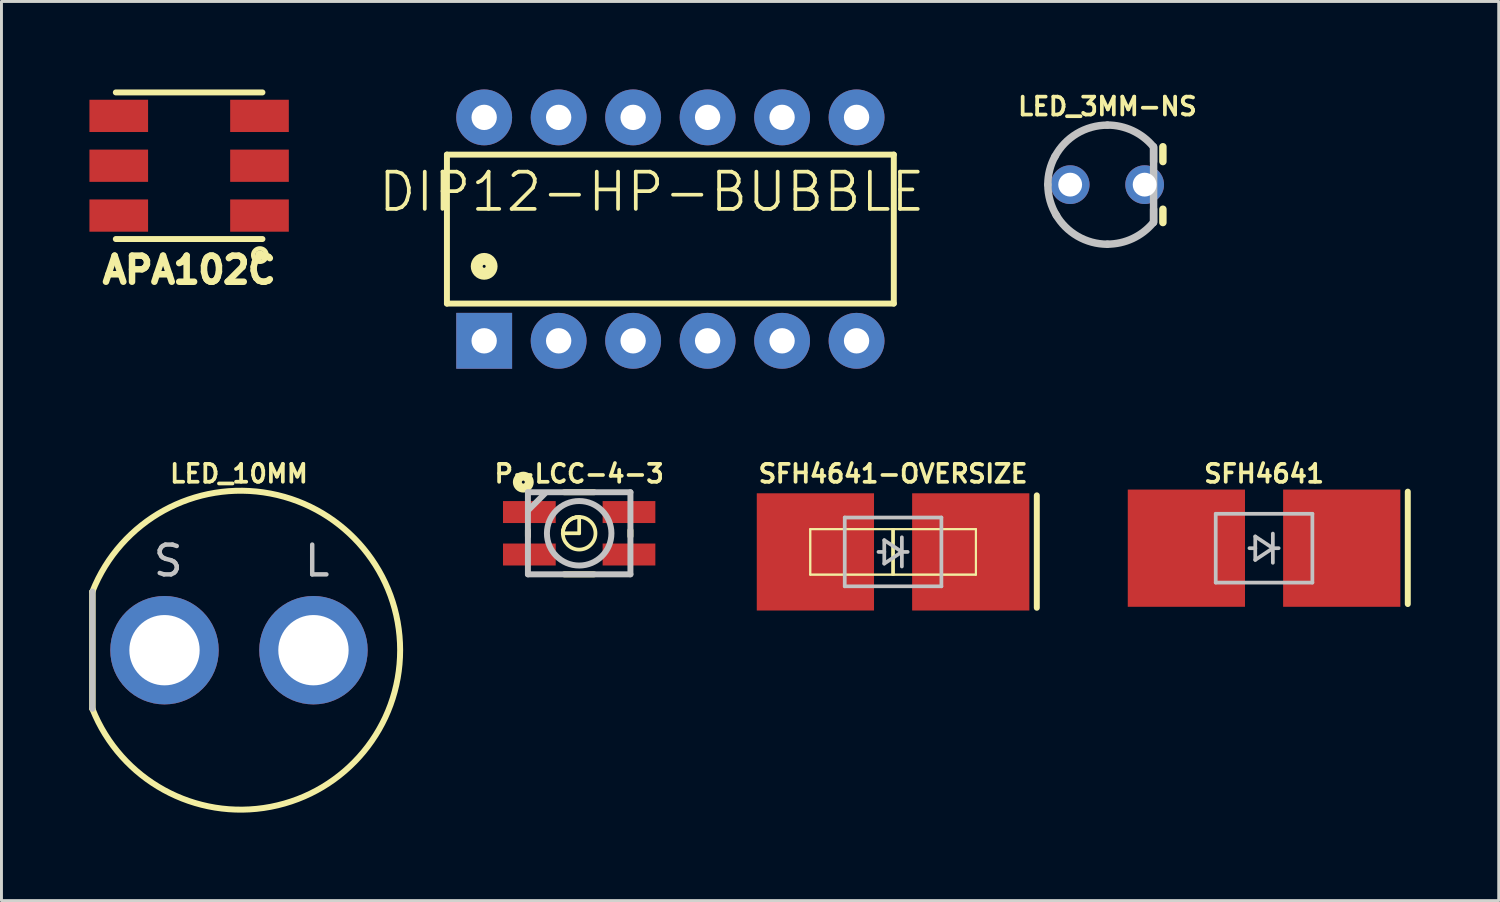
<source format=kicad_pcb>
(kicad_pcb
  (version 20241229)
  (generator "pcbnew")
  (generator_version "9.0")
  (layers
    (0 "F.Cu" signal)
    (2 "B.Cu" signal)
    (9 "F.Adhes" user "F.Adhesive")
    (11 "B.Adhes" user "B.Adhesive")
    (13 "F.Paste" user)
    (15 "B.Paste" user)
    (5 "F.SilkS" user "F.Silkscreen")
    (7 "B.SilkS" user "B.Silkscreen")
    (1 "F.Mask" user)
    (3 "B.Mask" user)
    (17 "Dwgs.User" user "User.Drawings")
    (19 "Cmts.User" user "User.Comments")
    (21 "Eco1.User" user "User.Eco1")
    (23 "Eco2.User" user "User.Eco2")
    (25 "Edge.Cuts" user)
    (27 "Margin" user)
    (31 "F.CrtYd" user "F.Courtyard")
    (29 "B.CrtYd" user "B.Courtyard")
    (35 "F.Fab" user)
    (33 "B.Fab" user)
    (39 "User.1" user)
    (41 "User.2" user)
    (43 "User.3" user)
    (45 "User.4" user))
  (footprint "APA102C"
    (layer "F.Cu")
    (at 3.4 2.602)
    (property "Reference" "APA102C" (at 0 3.556 0) (layer "F.SilkS") (effects (font (size 0.889 0.889) (thickness 0.222))))
    (attr through_hole)
    (fp_line (start -2.5 -2.5) (end 2.5 -2.5) (stroke (width 0.203) (type solid)) (layer "F.SilkS"))
    (fp_line (start -2.5 2.5) (end 2.5 2.5) (stroke (width 0.203) (type solid)) (layer "F.SilkS"))
    (fp_circle (center 2.413 3.048) (end 2.477 3.111) (stroke (width 0.15) (type solid)) (fill no) (layer "F.SilkS"))
    (fp_circle (center 2.413 3.048) (end 2.54 3.239) (stroke (width 0.15) (type solid)) (fill no) (layer "F.SilkS"))
    (pad "1" smd rect (at 2.4 1.7) (size 2 1.1) (layers "F.Cu" "F.Mask" "F.Paste"))
    (pad "2" smd rect (at 2.4 0) (size 2 1.1) (layers "F.Cu" "F.Mask" "F.Paste"))
    (pad "3" smd rect (at 2.4 -1.7) (size 2 1.1) (layers "F.Cu" "F.Mask" "F.Paste"))
    (pad "4" smd rect (at -2.4 -1.7 180) (size 2 1.1) (layers "F.Cu" "F.Mask" "F.Paste"))
    (pad "5" smd rect (at -2.4 0 180) (size 2 1.1) (layers "F.Cu" "F.Mask" "F.Paste"))
    (pad "6" smd rect (at -2.4 1.7 180) (size 2 1.1) (layers "F.Cu" "F.Mask" "F.Paste")))
  (footprint "SFH4641-OVERSIZE"
    (layer "F.Cu")
    (at 27.407 15.772)
    (property "Reference" "SFH4641-OVERSIZE" (at 0 -2.667 0) (layer "F.SilkS") (effects (font (size 0.61 0.61) (thickness 0.127))))
    (attr smd)
    (fp_line (start -2.824 -0.775) (end -0.023 -0.775) (stroke (width 0.066) (type solid)) (layer "F.SilkS"))
    (fp_line (start -2.824 -0.775) (end -0.023 -0.775) (stroke (width 0.066) (type solid)) (layer "F.SilkS"))
    (fp_line (start -2.824 0.775) (end -2.824 -0.775) (stroke (width 0.066) (type solid)) (layer "F.SilkS"))
    (fp_line (start -2.824 0.775) (end -2.824 -0.775) (stroke (width 0.066) (type solid)) (layer "F.SilkS"))
    (fp_line (start -2.824 0.775) (end -0.023 0.775) (stroke (width 0.066) (type solid)) (layer "F.SilkS"))
    (fp_line (start -2.824 0.775) (end -0.023 0.775) (stroke (width 0.066) (type solid)) (layer "F.SilkS"))
    (fp_line (start -0.023 0.775) (end -0.023 -0.775) (stroke (width 0.066) (type solid)) (layer "F.SilkS"))
    (fp_line (start -0.023 0.775) (end -0.023 -0.775) (stroke (width 0.066) (type solid)) (layer "F.SilkS"))
    (fp_line (start 0.023 -0.775) (end 2.824 -0.775) (stroke (width 0.066) (type solid)) (layer "F.SilkS"))
    (fp_line (start 0.023 -0.775) (end 2.824 -0.775) (stroke (width 0.066) (type solid)) (layer "F.SilkS"))
    (fp_line (start 0.023 0.775) (end 0.023 -0.775) (stroke (width 0.066) (type solid)) (layer "F.SilkS"))
    (fp_line (start 0.023 0.775) (end 0.023 -0.775) (stroke (width 0.066) (type solid)) (layer "F.SilkS"))
    (fp_line (start 0.023 0.775) (end 2.824 0.775) (stroke (width 0.066) (type solid)) (layer "F.SilkS"))
    (fp_line (start 0.023 0.775) (end 2.824 0.775) (stroke (width 0.066) (type solid)) (layer "F.SilkS"))
    (fp_line (start 2.824 0.775) (end 2.824 -0.775) (stroke (width 0.066) (type solid)) (layer "F.SilkS"))
    (fp_line (start 2.824 0.775) (end 2.824 -0.775) (stroke (width 0.066) (type solid)) (layer "F.SilkS"))
    (fp_line (start 4.902 -1.928) (end 4.902 1.905) (stroke (width 0.203) (type solid)) (layer "F.SilkS"))
    (fp_line (start -1.648 -1.173) (end -1.648 1.173) (stroke (width 0.127) (type solid)) (layer "Dwgs.User"))
    (fp_line (start -1.648 1.173) (end 1.648 1.173) (stroke (width 0.127) (type solid)) (layer "Dwgs.User"))
    (fp_line (start -0.3 -0.399) (end -0.3 0) (stroke (width 0.127) (type solid)) (layer "Dwgs.User"))
    (fp_line (start -0.3 0) (end -0.498 0) (stroke (width 0.127) (type solid)) (layer "Dwgs.User"))
    (fp_line (start -0.3 0) (end -0.3 0.399) (stroke (width 0.127) (type solid)) (layer "Dwgs.User"))
    (fp_line (start -0.3 0.399) (end 0.3 0) (stroke (width 0.127) (type solid)) (layer "Dwgs.User"))
    (fp_line (start 0.3 -0.498) (end 0.3 0) (stroke (width 0.127) (type solid)) (layer "Dwgs.User"))
    (fp_line (start 0.3 0) (end -0.3 -0.399) (stroke (width 0.127) (type solid)) (layer "Dwgs.User"))
    (fp_line (start 0.3 0) (end 0.3 0.498) (stroke (width 0.127) (type solid)) (layer "Dwgs.User"))
    (fp_line (start 0.498 0) (end 0.3 0) (stroke (width 0.127) (type solid)) (layer "Dwgs.User"))
    (fp_line (start 1.648 -1.173) (end -1.648 -1.173) (stroke (width 0.127) (type solid)) (layer "Dwgs.User"))
    (fp_line (start 1.648 1.173) (end 1.648 -1.173) (stroke (width 0.127) (type solid)) (layer "Dwgs.User"))
    (pad "A" smd rect (at -2.649 0 90) (size 3.998 3.998) (layers "F.Cu" "F.Mask" "F.Paste"))
    (pad "C" smd rect (at 2.649 0 270) (size 3.998 3.998) (layers "F.Cu" "F.Mask" "F.Paste")))
  (footprint "LED_3MM-NS"
    (layer "F.Cu")
    (at 34.717 3.247)
    (property "Reference" "LED_3MM-NS" (at 0 -2.667 0) (layer "F.SilkS") (effects (font (size 0.61 0.61) (thickness 0.127))))
    (attr exclude_from_pos_files exclude_from_bom)
    (fp_line (start 1.892 -1.293) (end 1.892 -0.787) (stroke (width 0.254) (type solid)) (layer "F.SilkS"))
    (fp_line (start 1.892 1.293) (end 1.892 0.838) (stroke (width 0.254) (type solid)) (layer "F.SilkS"))
    (fp_line (start 1.575 -1.293) (end 1.575 -0.787) (stroke (width 0.254) (type solid)) (layer "Dwgs.User"))
    (fp_line (start 1.575 1.27) (end 1.575 -1.27) (stroke (width 0.254) (type solid)) (layer "Dwgs.User"))
    (fp_line (start 1.575 1.293) (end 1.575 0.838) (stroke (width 0.254) (type solid)) (layer "Dwgs.User"))
    (fp_arc (start -2.032 0) (mid -1.970347 -0.496745) (end -1.78913 -0.963347) (stroke (width 0.254) (type solid)) (layer "Dwgs.User"))
    (fp_arc (start -1.7907 -0.95504) (mid -1.044567 -1.739997) (end -0.000975 -2.02946) (stroke (width 0.254) (type solid)) (layer "Dwgs.User"))
    (fp_arc (start -1.72974 1.06426) (mid -1.954164 0.553076) (end -2.030923 0.0001) (stroke (width 0.254) (type solid)) (layer "Dwgs.User"))
    (fp_arc (start 0 -2.032) (mid 0.860367 -1.840867) (end 1.55888 -1.303426) (stroke (width 0.254) (type solid)) (layer "Dwgs.User"))
    (fp_arc (start 0 2.032) (mid -1.01907 1.757988) (end -1.763299 1.009851) (stroke (width 0.254) (type solid)) (layer "Dwgs.User"))
    (fp_arc (start 1.5494 1.31064) (mid 0.855154 1.840416) (end 0.002552 2.029387) (stroke (width 0.254) (type solid)) (layer "Dwgs.User"))
    (pad "A" thru_hole circle (at -1.27 0) (size 1.321 1.321) (drill 0.813) (layers "*.Cu" "*.Mask"))
    (pad "K" thru_hole circle (at 1.27 0) (size 1.321 1.321) (drill 0.813) (layers "*.Cu" "*.Mask")))
  (footprint "SFH4641"
    (layer "F.Cu")
    (at 40.059 15.645)
    (property "Reference" "SFH4641" (at 0 -2.54 0) (layer "F.SilkS") (effects (font (size 0.61 0.61) (thickness 0.127))))
    (attr smd)
    (fp_line (start 4.902 -1.928) (end 4.902 1.905) (stroke (width 0.203) (type solid)) (layer "F.SilkS"))
    (fp_line (start -1.648 -1.173) (end -1.648 1.173) (stroke (width 0.127) (type solid)) (layer "Dwgs.User"))
    (fp_line (start -1.648 1.173) (end 1.648 1.173) (stroke (width 0.127) (type solid)) (layer "Dwgs.User"))
    (fp_line (start -0.3 -0.399) (end -0.3 0) (stroke (width 0.127) (type solid)) (layer "Dwgs.User"))
    (fp_line (start -0.3 0) (end -0.498 0) (stroke (width 0.127) (type solid)) (layer "Dwgs.User"))
    (fp_line (start -0.3 0) (end -0.3 0.399) (stroke (width 0.127) (type solid)) (layer "Dwgs.User"))
    (fp_line (start -0.3 0.399) (end 0.3 0) (stroke (width 0.127) (type solid)) (layer "Dwgs.User"))
    (fp_line (start 0.3 -0.498) (end 0.3 0) (stroke (width 0.127) (type solid)) (layer "Dwgs.User"))
    (fp_line (start 0.3 0) (end -0.3 -0.399) (stroke (width 0.127) (type solid)) (layer "Dwgs.User"))
    (fp_line (start 0.3 0) (end 0.3 0.498) (stroke (width 0.127) (type solid)) (layer "Dwgs.User"))
    (fp_line (start 0.498 0) (end 0.3 0) (stroke (width 0.127) (type solid)) (layer "Dwgs.User"))
    (fp_line (start 1.648 -1.173) (end -1.648 -1.173) (stroke (width 0.127) (type solid)) (layer "Dwgs.User"))
    (fp_line (start 1.648 1.173) (end 1.648 -1.173) (stroke (width 0.127) (type solid)) (layer "Dwgs.User"))
    (pad "A" smd rect (at -2.649 0 90) (size 3.998 3.998) (layers "F.Cu" "F.Mask" "F.Paste"))
    (pad "C" smd rect (at 2.649 0 270) (size 3.998 3.998) (layers "F.Cu" "F.Mask" "F.Paste")))
  (footprint "P-LCC-4-3"
    (layer "F.Cu")
    (at 16.702 15.137)
    (property "Reference" "P-LCC-4-3" (at 0 -2.032 0) (layer "F.SilkS") (effects (font (size 0.61 0.61) (thickness 0.127))))
    (attr smd)
    (fp_line (start -1.748 0.102) (end -1.748 -0.102) (stroke (width 0.203) (type solid)) (layer "F.SilkS"))
    (fp_line (start -0.559 0) (end 0 0) (stroke (width 0.127) (type solid)) (layer "F.SilkS"))
    (fp_line (start -0.546 -0.107) (end -0.559 0) (stroke (width 0.127) (type solid)) (layer "F.SilkS"))
    (fp_line (start -0.516 -0.213) (end -0.546 -0.107) (stroke (width 0.127) (type solid)) (layer "F.SilkS"))
    (fp_line (start -0.508 -1.4) (end 0.508 -1.4) (stroke (width 0.203) (type solid)) (layer "F.SilkS"))
    (fp_line (start -0.508 1.4) (end 0.508 1.4) (stroke (width 0.203) (type solid)) (layer "F.SilkS"))
    (fp_line (start -0.462 -0.31) (end -0.516 -0.213) (stroke (width 0.127) (type solid)) (layer "F.SilkS"))
    (fp_line (start -0.394 -0.394) (end -0.462 -0.31) (stroke (width 0.127) (type solid)) (layer "F.SilkS"))
    (fp_line (start -0.31 -0.462) (end -0.394 -0.394) (stroke (width 0.127) (type solid)) (layer "F.SilkS"))
    (fp_line (start -0.213 -0.516) (end -0.31 -0.462) (stroke (width 0.127) (type solid)) (layer "F.SilkS"))
    (fp_line (start -0.107 -0.546) (end -0.213 -0.516) (stroke (width 0.127) (type solid)) (layer "F.SilkS"))
    (fp_line (start 0 -0.559) (end -0.107 -0.546) (stroke (width 0.127) (type solid)) (layer "F.SilkS"))
    (fp_line (start 0 0) (end 0 -0.559) (stroke (width 0.127) (type solid)) (layer "F.SilkS"))
    (fp_line (start 1.748 0.102) (end 1.748 -0.102) (stroke (width 0.203) (type solid)) (layer "F.SilkS"))
    (fp_circle (center -1.905 -1.745) (end -1.905 -1.796) (stroke (width 0.305) (type solid)) (fill no) (layer "F.SilkS"))
    (fp_circle (center 0 0) (end 0 -0.556) (stroke (width 0.127) (type solid)) (fill no) (layer "F.SilkS"))
    (fp_line (start -1.748 -1.4) (end -1.748 1.4) (stroke (width 0.203) (type solid)) (layer "Dwgs.User"))
    (fp_line (start -1.748 1.4) (end 1.748 1.4) (stroke (width 0.203) (type solid)) (layer "Dwgs.User"))
    (fp_line (start -1.166 -1.359) (end -1.714 -0.808) (stroke (width 0.203) (type solid)) (layer "Dwgs.User"))
    (fp_line (start 1.748 -1.4) (end -1.748 -1.4) (stroke (width 0.203) (type solid)) (layer "Dwgs.User"))
    (fp_line (start 1.748 1.4) (end 1.748 -1.4) (stroke (width 0.203) (type solid)) (layer "Dwgs.User"))
    (fp_circle (center 0 0) (end 0 -1.1) (stroke (width 0.203) (type solid)) (fill no) (layer "Dwgs.User"))
    (pad "1" smd rect (at -1.699 -0.724 90) (size 0.749 1.798) (layers "F.Cu" "F.Mask" "F.Paste"))
    (pad "2" smd rect (at -1.699 0.724 90) (size 0.749 1.798) (layers "F.Cu" "F.Mask" "F.Paste"))
    (pad "3" smd rect (at 1.699 0.724 90) (size 0.749 1.798) (layers "F.Cu" "F.Mask" "F.Paste"))
    (pad "4" smd rect (at 1.699 -0.724 90) (size 0.749 1.798) (layers "F.Cu" "F.Mask" "F.Paste")))
  (footprint "DIP12-HP-BUBBLE"
    (layer "F.Cu")
    (at 19.812 4.763)
    (property "Reference" "DIP12-HP-BUBBLE" (at -0.635 -1.27 0) (layer "F.SilkS") (effects (font (size 1.27 1.27) (thickness 0.127))))
    (attr exclude_from_pos_files exclude_from_bom)
    (fp_line (start -7.62 -2.54) (end 7.62 -2.54) (stroke (width 0.203) (type solid)) (layer "F.SilkS"))
    (fp_line (start -7.62 2.54) (end -7.62 -2.54) (stroke (width 0.203) (type solid)) (layer "F.SilkS"))
    (fp_line (start -7.62 2.54) (end 7.62 2.54) (stroke (width 0.203) (type solid)) (layer "F.SilkS"))
    (fp_line (start 7.62 -2.54) (end 7.62 2.54) (stroke (width 0.203) (type solid)) (layer "F.SilkS"))
    (fp_circle (center -6.35 1.27) (end -6.35 1.016) (stroke (width 0.406) (type solid)) (fill no) (layer "F.SilkS"))
    (pad "1" thru_hole rect (at -6.35 3.81) (size 1.905 1.905) (drill 0.864) (layers "*.Cu" "*.Mask"))
    (pad "2" thru_hole circle (at -3.81 3.81) (size 1.905 1.905) (drill 0.864) (layers "*.Cu" "*.Mask"))
    (pad "3" thru_hole circle (at -1.27 3.81) (size 1.905 1.905) (drill 0.864) (layers "*.Cu" "*.Mask"))
    (pad "4" thru_hole circle (at 1.27 3.81) (size 1.905 1.905) (drill 0.864) (layers "*.Cu" "*.Mask"))
    (pad "5" thru_hole circle (at 3.81 3.81) (size 1.905 1.905) (drill 0.864) (layers "*.Cu" "*.Mask"))
    (pad "6" thru_hole circle (at 6.35 3.81) (size 1.905 1.905) (drill 0.864) (layers "*.Cu" "*.Mask"))
    (pad "7" thru_hole circle (at 6.35 -3.81) (size 1.905 1.905) (drill 0.864) (layers "*.Cu" "*.Mask"))
    (pad "8" thru_hole circle (at 3.81 -3.81) (size 1.905 1.905) (drill 0.864) (layers "*.Cu" "*.Mask"))
    (pad "9" thru_hole circle (at 1.27 -3.81) (size 1.905 1.905) (drill 0.864) (layers "*.Cu" "*.Mask"))
    (pad "10" thru_hole circle (at -1.27 -3.81) (size 1.905 1.905) (drill 0.864) (layers "*.Cu" "*.Mask"))
    (pad "11" thru_hole circle (at -3.81 -3.81) (size 1.905 1.905) (drill 0.864) (layers "*.Cu" "*.Mask"))
    (pad "12" thru_hole circle (at -6.35 -3.81) (size 1.905 1.905) (drill 0.864) (layers "*.Cu" "*.Mask")))
  (footprint "LED_10MM"
    (layer "F.Cu")
    (at 5.1 19.124)
    (property "Reference" "LED_10MM" (at 0 -6.02 0) (layer "F.SilkS") (effects (font (size 0.61 0.61) (thickness 0.127))))
    (attr exclude_from_pos_files exclude_from_bom)
    (fp_line (start -4.999 -1.999) (end -4.999 1.999) (stroke (width 0.203) (type solid)) (layer "F.SilkS"))
    (fp_line (start -4.999 -1.999) (end -4.999 1.999) (stroke (width 0.203) (type solid)) (layer "F.SilkS"))
    (fp_arc (start -4.99872 -1.99898) (mid 5.496303 -0.003053) (end -4.996472 2.004657) (stroke (width 0.2032) (type solid)) (layer "F.SilkS"))
    (fp_line (start -4.999 -1.999) (end -4.999 1.999) (stroke (width 0.203) (type solid)) (layer "Dwgs.User"))
    (fp_text user "S" (at -2.413 -3.048 0) (layer "Dwgs.User") (effects (font (size 1.016 1.016) (thickness 0.152))))
    (fp_text user "L" (at 2.667 -3.048 0) (layer "Dwgs.User") (effects (font (size 1.016 1.016) (thickness 0.152))))
    (pad "A" thru_hole circle (at 2.54 0) (size 3.698 3.698) (drill 2.398) (layers "*.Cu" "*.Mask"))
    (pad "C" thru_hole circle (at -2.54 0) (size 3.698 3.698) (drill 2.398) (layers "*.Cu" "*.Mask")))
  (gr_rect
    (start -3 -3)
    (end 48.062 27.664)
    (stroke (width 0.1) (type default))
    (fill no)
    (layer "Edge.Cuts")))
</source>
